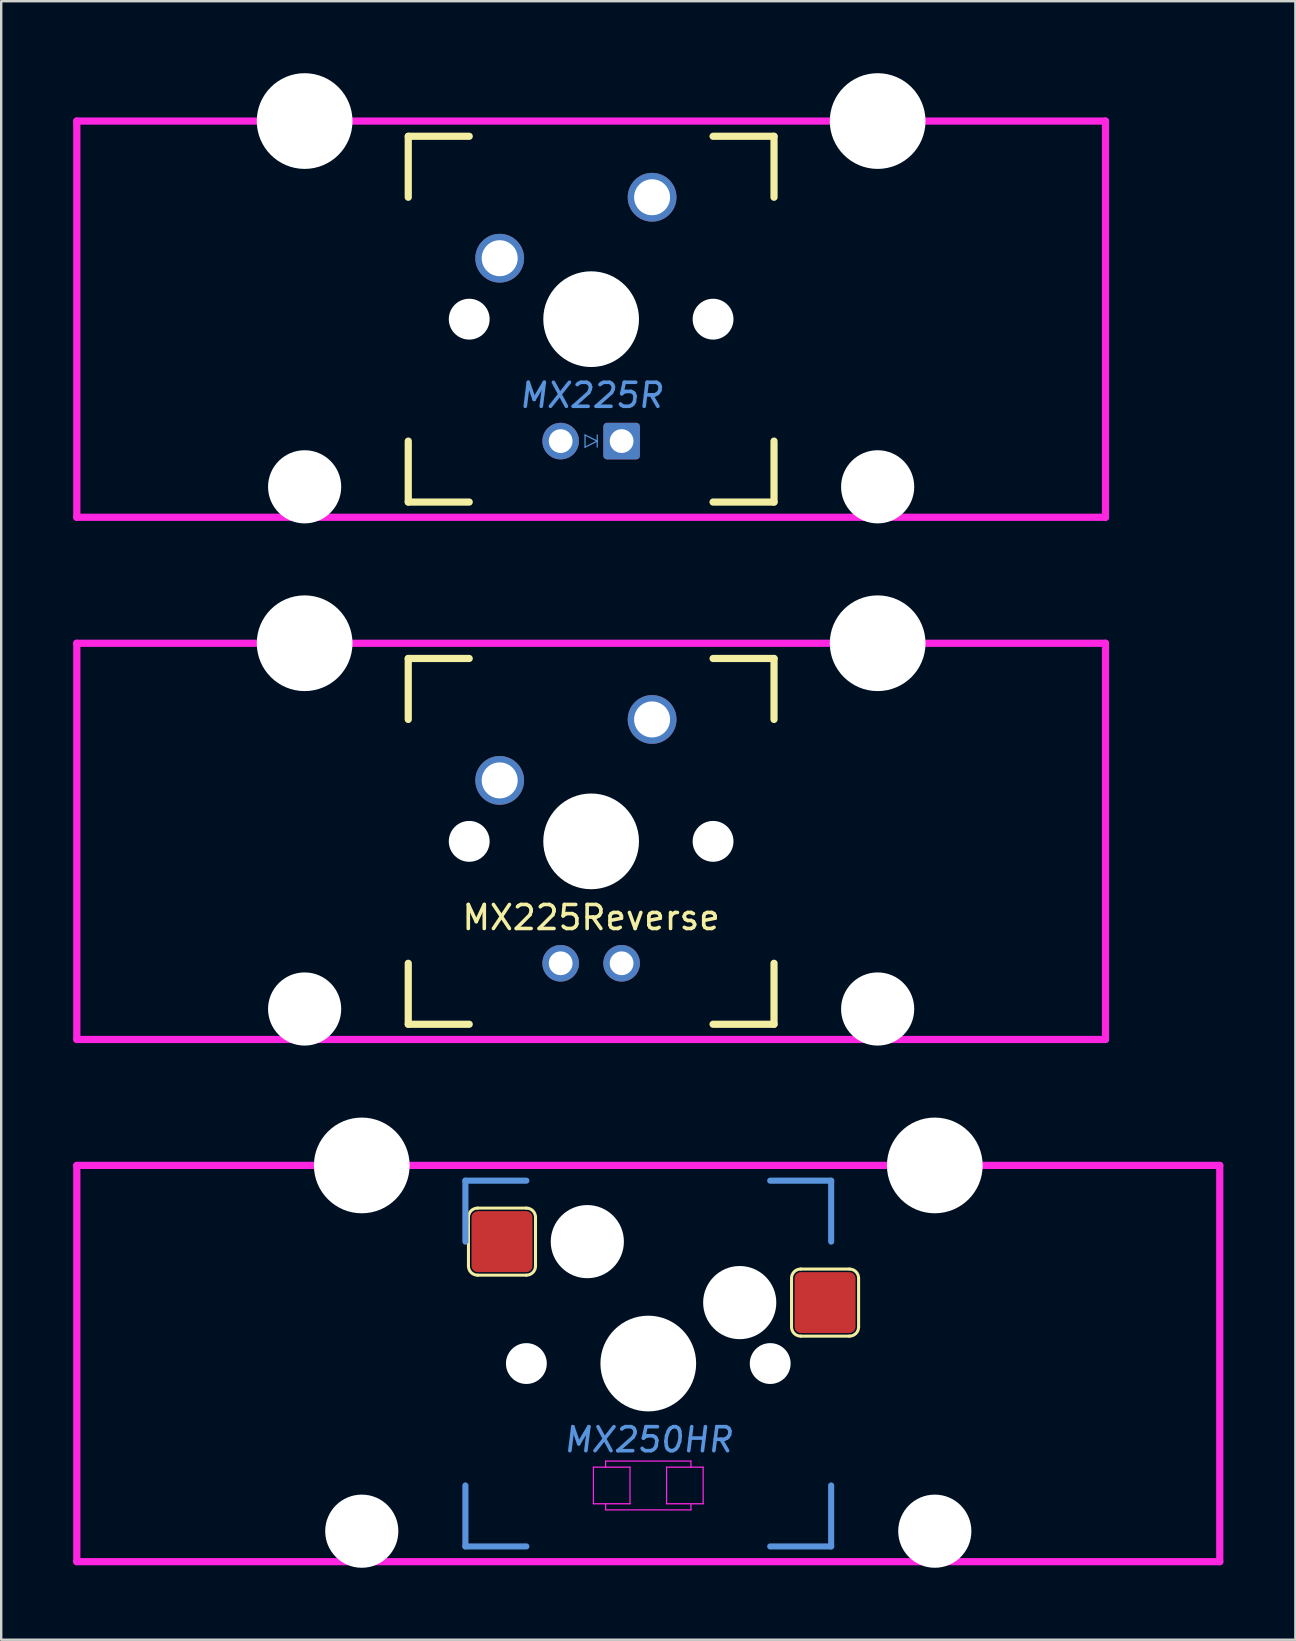
<source format=kicad_pcb>
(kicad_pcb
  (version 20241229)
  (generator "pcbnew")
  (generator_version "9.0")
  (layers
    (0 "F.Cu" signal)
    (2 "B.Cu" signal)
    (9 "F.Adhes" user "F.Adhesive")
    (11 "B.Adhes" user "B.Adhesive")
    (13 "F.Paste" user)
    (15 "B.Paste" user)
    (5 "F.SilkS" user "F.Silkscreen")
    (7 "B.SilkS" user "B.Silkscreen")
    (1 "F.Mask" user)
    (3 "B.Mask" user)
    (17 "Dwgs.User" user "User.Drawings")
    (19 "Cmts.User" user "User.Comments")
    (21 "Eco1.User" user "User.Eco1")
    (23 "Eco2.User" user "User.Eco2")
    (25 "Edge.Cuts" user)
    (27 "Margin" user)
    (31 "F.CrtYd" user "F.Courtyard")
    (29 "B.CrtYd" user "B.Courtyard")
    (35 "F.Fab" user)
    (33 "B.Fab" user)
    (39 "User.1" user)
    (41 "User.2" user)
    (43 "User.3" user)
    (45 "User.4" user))
  (footprint "MX225Reverse"
    (layer "F.Cu")
    (at 21.581 32.007)
    (property "Reference" "MX225Reverse" (at 0 3.175 0) (layer "F.SilkS") (effects (font (size 1 1) (thickness 0.15))))
    (attr through_hole)
    (fp_line (start -7.62 -7.62) (end -7.62 -5.08) (stroke (width 0.3) (type solid)) (layer "F.SilkS"))
    (fp_line (start -7.62 -7.62) (end -5.08 -7.62) (stroke (width 0.3) (type solid)) (layer "F.SilkS"))
    (fp_line (start -7.62 7.62) (end -7.62 5.08) (stroke (width 0.3) (type solid)) (layer "F.SilkS"))
    (fp_line (start -7.62 7.62) (end -5.08 7.62) (stroke (width 0.3) (type solid)) (layer "F.SilkS"))
    (fp_line (start 7.62 -7.62) (end 5.08 -7.62) (stroke (width 0.3) (type solid)) (layer "F.SilkS"))
    (fp_line (start 7.62 -7.62) (end 7.62 -5.08) (stroke (width 0.3) (type solid)) (layer "F.SilkS"))
    (fp_line (start 7.62 7.62) (end 5.08 7.62) (stroke (width 0.3) (type solid)) (layer "F.SilkS"))
    (fp_line (start 7.62 7.62) (end 7.62 5.08) (stroke (width 0.3) (type solid)) (layer "F.SilkS"))
    (fp_line (start -21.431 -8.255) (end -21.431 8.255) (stroke (width 0.3) (type solid)) (layer "F.CrtYd"))
    (fp_line (start -21.431 -8.255) (end 21.431 -8.255) (stroke (width 0.3) (type solid)) (layer "F.CrtYd"))
    (fp_line (start -21.431 8.255) (end 21.431 8.255) (stroke (width 0.3) (type solid)) (layer "F.CrtYd"))
    (fp_line (start 21.431 -8.255) (end 21.431 8.255) (stroke (width 0.3) (type solid)) (layer "F.CrtYd"))
    (pad "" np_thru_hole circle (at -11.938 -8.255) (size 3.988 3.988) (drill 3.988) (layers "*.Cu" "*.Mask"))
    (pad "" np_thru_hole circle (at -11.938 6.985) (size 3.048 3.048) (drill 3.048) (layers "*.Cu" "*.Mask"))
    (pad "" np_thru_hole circle (at -5.08 0) (size 1.702 1.702) (drill 1.702) (layers "*.Cu" "*.Mask"))
    (pad "" thru_hole circle (at -3.81 -2.54) (size 2.032 2.032) (drill 1.499) (layers "*.Cu" "*.Mask"))
    (pad "" thru_hole circle (at -1.27 5.08) (size 1.524 1.524) (drill 0.991) (layers "*.Cu" "*.Mask"))
    (pad "" np_thru_hole circle (at 0 0) (size 3.988 3.988) (drill 3.988) (layers "*.Cu" "*.Mask"))
    (pad "" thru_hole circle (at 1.27 5.08) (size 1.524 1.524) (drill 0.991) (layers "*.Cu" "*.Mask"))
    (pad "" np_thru_hole circle (at 5.08 0) (size 1.702 1.702) (drill 1.702) (layers "*.Cu" "*.Mask"))
    (pad "" np_thru_hole circle (at 11.938 -8.255) (size 3.988 3.988) (drill 3.988) (layers "*.Cu" "*.Mask"))
    (pad "" np_thru_hole circle (at 11.938 6.985) (size 3.048 3.048) (drill 3.048) (layers "*.Cu" "*.Mask"))
    (pad "1" thru_hole circle (at 2.54 -5.08) (size 2.032 2.032) (drill 1.499) (layers "*.Cu" "*.Mask")))
  (footprint "MX250HR"
    (layer "F.Cu")
    (at 23.962 53.765)
    (property "Reference" "MX250HR" (at 0 3.175 0) (layer "Cmts.User") (effects (font (size 1 1) (thickness 0.15) (italic yes))))
    (attr through_hole)
    (fp_line (start -7.493 -6.096) (end -7.493 -4.064) (stroke (width 0.127) (type solid)) (layer "F.SilkS"))
    (fp_line (start -7.112 -3.683) (end -5.08 -3.683) (stroke (width 0.127) (type solid)) (layer "F.SilkS"))
    (fp_line (start -5.08 -6.477) (end -7.112 -6.477) (stroke (width 0.127) (type solid)) (layer "F.SilkS"))
    (fp_line (start -4.699 -4.064) (end -4.699 -6.096) (stroke (width 0.127) (type solid)) (layer "F.SilkS"))
    (fp_line (start 5.969 -3.556) (end 5.969 -1.524) (stroke (width 0.127) (type solid)) (layer "F.SilkS"))
    (fp_line (start 6.35 -1.143) (end 8.382 -1.143) (stroke (width 0.127) (type solid)) (layer "F.SilkS"))
    (fp_line (start 8.382 -3.937) (end 6.35 -3.937) (stroke (width 0.127) (type solid)) (layer "F.SilkS"))
    (fp_line (start 8.763 -1.524) (end 8.763 -3.556) (stroke (width 0.127) (type solid)) (layer "F.SilkS"))
    (fp_arc (start -7.493 -6.096) (mid -7.381408 -6.365408) (end -7.112 -6.477) (stroke (width 0.127) (type solid)) (layer "F.SilkS"))
    (fp_arc (start -7.112 -3.683) (mid -7.381408 -3.794592) (end -7.493 -4.064) (stroke (width 0.127) (type solid)) (layer "F.SilkS"))
    (fp_arc (start -5.08 -6.477) (mid -4.810592 -6.365408) (end -4.699 -6.096) (stroke (width 0.127) (type solid)) (layer "F.SilkS"))
    (fp_arc (start -4.699 -4.064) (mid -4.810592 -3.794592) (end -5.08 -3.683) (stroke (width 0.127) (type solid)) (layer "F.SilkS"))
    (fp_arc (start 5.969 -3.556) (mid 6.080592 -3.825408) (end 6.35 -3.937) (stroke (width 0.127) (type solid)) (layer "F.SilkS"))
    (fp_arc (start 6.35 -1.143) (mid 6.080592 -1.254592) (end 5.969 -1.524) (stroke (width 0.127) (type solid)) (layer "F.SilkS"))
    (fp_arc (start 8.382 -3.937) (mid 8.651408 -3.825408) (end 8.763 -3.556) (stroke (width 0.127) (type solid)) (layer "F.SilkS"))
    (fp_arc (start 8.763 -1.524) (mid 8.651408 -1.254592) (end 8.382 -1.143) (stroke (width 0.127) (type solid)) (layer "F.SilkS"))
    (fp_line (start -7.62 -7.62) (end -7.62 -5.08) (stroke (width 0.254) (type solid)) (layer "Cmts.User"))
    (fp_line (start -7.62 -7.62) (end -5.08 -7.62) (stroke (width 0.254) (type solid)) (layer "Cmts.User"))
    (fp_line (start -7.62 7.62) (end -7.62 5.08) (stroke (width 0.254) (type solid)) (layer "Cmts.User"))
    (fp_line (start -7.62 7.62) (end -5.08 7.62) (stroke (width 0.254) (type solid)) (layer "Cmts.User"))
    (fp_line (start 7.62 -7.62) (end 5.08 -7.62) (stroke (width 0.254) (type solid)) (layer "Cmts.User"))
    (fp_line (start 7.62 -7.62) (end 7.62 -5.08) (stroke (width 0.254) (type solid)) (layer "Cmts.User"))
    (fp_line (start 7.62 7.62) (end 5.08 7.62) (stroke (width 0.254) (type solid)) (layer "Cmts.User"))
    (fp_line (start 7.62 7.62) (end 7.62 5.08) (stroke (width 0.254) (type solid)) (layer "Cmts.User"))
    (fp_line (start -23.812 -8.255) (end -23.812 8.255) (stroke (width 0.3) (type solid)) (layer "F.CrtYd"))
    (fp_line (start -23.812 -8.255) (end 23.812 -8.255) (stroke (width 0.3) (type solid)) (layer "F.CrtYd"))
    (fp_line (start -23.812 8.255) (end 23.812 8.255) (stroke (width 0.3) (type solid)) (layer "F.CrtYd"))
    (fp_line (start -2.286 4.318) (end -0.762 4.318) (stroke (width 0.051) (type solid)) (layer "F.CrtYd"))
    (fp_line (start -2.286 5.842) (end -2.286 4.318) (stroke (width 0.051) (type solid)) (layer "F.CrtYd"))
    (fp_line (start -1.778 4.064) (end 1.778 4.064) (stroke (width 0.051) (type solid)) (layer "F.CrtYd"))
    (fp_line (start -1.778 4.318) (end -1.778 4.064) (stroke (width 0.051) (type solid)) (layer "F.CrtYd"))
    (fp_line (start -1.778 6.096) (end -1.778 5.842) (stroke (width 0.051) (type solid)) (layer "F.CrtYd"))
    (fp_line (start -0.762 4.318) (end -0.762 5.842) (stroke (width 0.051) (type solid)) (layer "F.CrtYd"))
    (fp_line (start -0.762 5.842) (end -2.286 5.842) (stroke (width 0.051) (type solid)) (layer "F.CrtYd"))
    (fp_line (start 0.762 4.318) (end 2.286 4.318) (stroke (width 0.051) (type solid)) (layer "F.CrtYd"))
    (fp_line (start 0.762 5.842) (end 0.762 4.318) (stroke (width 0.051) (type solid)) (layer "F.CrtYd"))
    (fp_line (start 1.778 4.064) (end 1.778 4.318) (stroke (width 0.051) (type solid)) (layer "F.CrtYd"))
    (fp_line (start 1.778 5.842) (end 1.778 6.096) (stroke (width 0.051) (type solid)) (layer "F.CrtYd"))
    (fp_line (start 1.778 6.096) (end -1.778 6.096) (stroke (width 0.051) (type solid)) (layer "F.CrtYd"))
    (fp_line (start 2.286 4.318) (end 2.286 5.842) (stroke (width 0.051) (type solid)) (layer "F.CrtYd"))
    (fp_line (start 2.286 5.842) (end 0.762 5.842) (stroke (width 0.051) (type solid)) (layer "F.CrtYd"))
    (fp_line (start 23.812 -8.255) (end 23.812 8.255) (stroke (width 0.3) (type solid)) (layer "F.CrtYd"))
    (pad "" np_thru_hole circle (at -11.938 -8.255) (size 3.988 3.988) (drill 3.988) (layers "*.Cu" "*.Mask"))
    (pad "" np_thru_hole circle (at -11.938 6.985) (size 3.048 3.048) (drill 3.048) (layers "*.Cu" "*.Mask"))
    (pad "" np_thru_hole circle (at -5.08 0) (size 1.702 1.702) (drill 1.702) (layers "*.Cu" "*.Mask"))
    (pad "" np_thru_hole circle (at -2.54 -5.08) (size 3.048 3.048) (drill 3.048) (layers "*.Cu" "*.Mask"))
    (pad "" np_thru_hole circle (at 0 0) (size 3.988 3.988) (drill 3.988) (layers "*.Cu" "*.Mask"))
    (pad "" np_thru_hole circle (at 3.81 -2.54) (size 3.048 3.048) (drill 3.048) (layers "*.Cu" "*.Mask"))
    (pad "" np_thru_hole circle (at 5.08 0) (size 1.702 1.702) (drill 1.702) (layers "*.Cu" "*.Mask"))
    (pad "" np_thru_hole circle (at 11.938 -8.255) (size 3.988 3.988) (drill 3.988) (layers "*.Cu" "*.Mask"))
    (pad "" np_thru_hole circle (at 11.938 6.985) (size 3.048 3.048) (drill 3.048) (layers "*.Cu" "*.Mask"))
    (pad "1" smd roundrect (at 7.366 -2.54) (size 2.54 2.54) (layers "F.Cu" "F.Mask" "F.Paste") (roundrect_rratio 0.1))
    (pad "2" smd roundrect (at -6.096 -5.08) (size 2.54 2.54) (layers "F.Cu" "F.Mask" "F.Paste") (roundrect_rratio 0.1)))
  (footprint "MX225R"
    (layer "F.Cu")
    (at 21.581 10.249)
    (property "Reference" "MX225R" (at 0 3.175 0) (layer "Cmts.User") (effects (font (size 1 1) (thickness 0.15) (italic yes))))
    (attr through_hole)
    (fp_line (start -7.62 -7.62) (end -7.62 -5.08) (stroke (width 0.3) (type solid)) (layer "F.SilkS"))
    (fp_line (start -7.62 -7.62) (end -5.08 -7.62) (stroke (width 0.3) (type solid)) (layer "F.SilkS"))
    (fp_line (start -7.62 7.62) (end -7.62 5.08) (stroke (width 0.3) (type solid)) (layer "F.SilkS"))
    (fp_line (start -7.62 7.62) (end -5.08 7.62) (stroke (width 0.3) (type solid)) (layer "F.SilkS"))
    (fp_line (start 7.62 -7.62) (end 5.08 -7.62) (stroke (width 0.3) (type solid)) (layer "F.SilkS"))
    (fp_line (start 7.62 -7.62) (end 7.62 -5.08) (stroke (width 0.3) (type solid)) (layer "F.SilkS"))
    (fp_line (start 7.62 7.62) (end 5.08 7.62) (stroke (width 0.3) (type solid)) (layer "F.SilkS"))
    (fp_line (start 7.62 7.62) (end 7.62 5.08) (stroke (width 0.3) (type solid)) (layer "F.SilkS"))
    (fp_line (start -0.254 4.826) (end -0.254 5.334) (stroke (width 0.051) (type solid)) (layer "Cmts.User"))
    (fp_line (start -0.254 5.334) (end 0.254 5.08) (stroke (width 0.051) (type solid)) (layer "Cmts.User"))
    (fp_line (start 0.254 4.826) (end 0.254 5.334) (stroke (width 0.051) (type solid)) (layer "Cmts.User"))
    (fp_line (start 0.254 5.08) (end -0.254 4.826) (stroke (width 0.051) (type solid)) (layer "Cmts.User"))
    (fp_line (start -21.431 -8.255) (end -21.431 8.255) (stroke (width 0.3) (type solid)) (layer "F.CrtYd"))
    (fp_line (start -21.431 -8.255) (end 21.431 -8.255) (stroke (width 0.3) (type solid)) (layer "F.CrtYd"))
    (fp_line (start -21.431 8.255) (end 21.431 8.255) (stroke (width 0.3) (type solid)) (layer "F.CrtYd"))
    (fp_line (start 21.431 -8.255) (end 21.431 8.255) (stroke (width 0.3) (type solid)) (layer "F.CrtYd"))
    (pad "" np_thru_hole circle (at -11.938 -8.255) (size 3.988 3.988) (drill 3.988) (layers "*.Cu" "*.Mask"))
    (pad "" np_thru_hole circle (at -11.938 6.985) (size 3.048 3.048) (drill 3.048) (layers "*.Cu" "*.Mask"))
    (pad "" np_thru_hole circle (at -5.08 0) (size 1.702 1.702) (drill 1.702) (layers "*.Cu" "*.Mask"))
    (pad "" np_thru_hole circle (at 0 0) (size 3.988 3.988) (drill 3.988) (layers "*.Cu" "*.Mask"))
    (pad "" np_thru_hole circle (at 5.08 0) (size 1.702 1.702) (drill 1.702) (layers "*.Cu" "*.Mask"))
    (pad "" np_thru_hole circle (at 11.938 -8.255) (size 3.988 3.988) (drill 3.988) (layers "*.Cu" "*.Mask"))
    (pad "" np_thru_hole circle (at 11.938 6.985) (size 3.048 3.048) (drill 3.048) (layers "*.Cu" "*.Mask"))
    (pad "1" thru_hole circle (at -3.81 -2.54) (size 2.032 2.032) (drill 1.499) (layers "*.Cu" "*.Mask"))
    (pad "2" thru_hole circle (at 2.54 -5.08) (size 2.032 2.032) (drill 1.499) (layers "*.Cu" "*.Mask"))
    (pad "A" thru_hole circle (at -1.27 5.08) (size 1.524 1.524) (drill 0.991) (layers "*.Cu" "*.Mask"))
    (pad "K" thru_hole roundrect (at 1.27 5.08) (size 1.524 1.524) (drill 0.991) (layers "*.Cu" "*.Mask") (roundrect_rratio 0.1)))
  (gr_rect
    (start -3 -3)
    (end 50.925 65.274)
    (stroke (width 0.1) (type default))
    (fill no)
    (layer "Edge.Cuts")))
</source>
